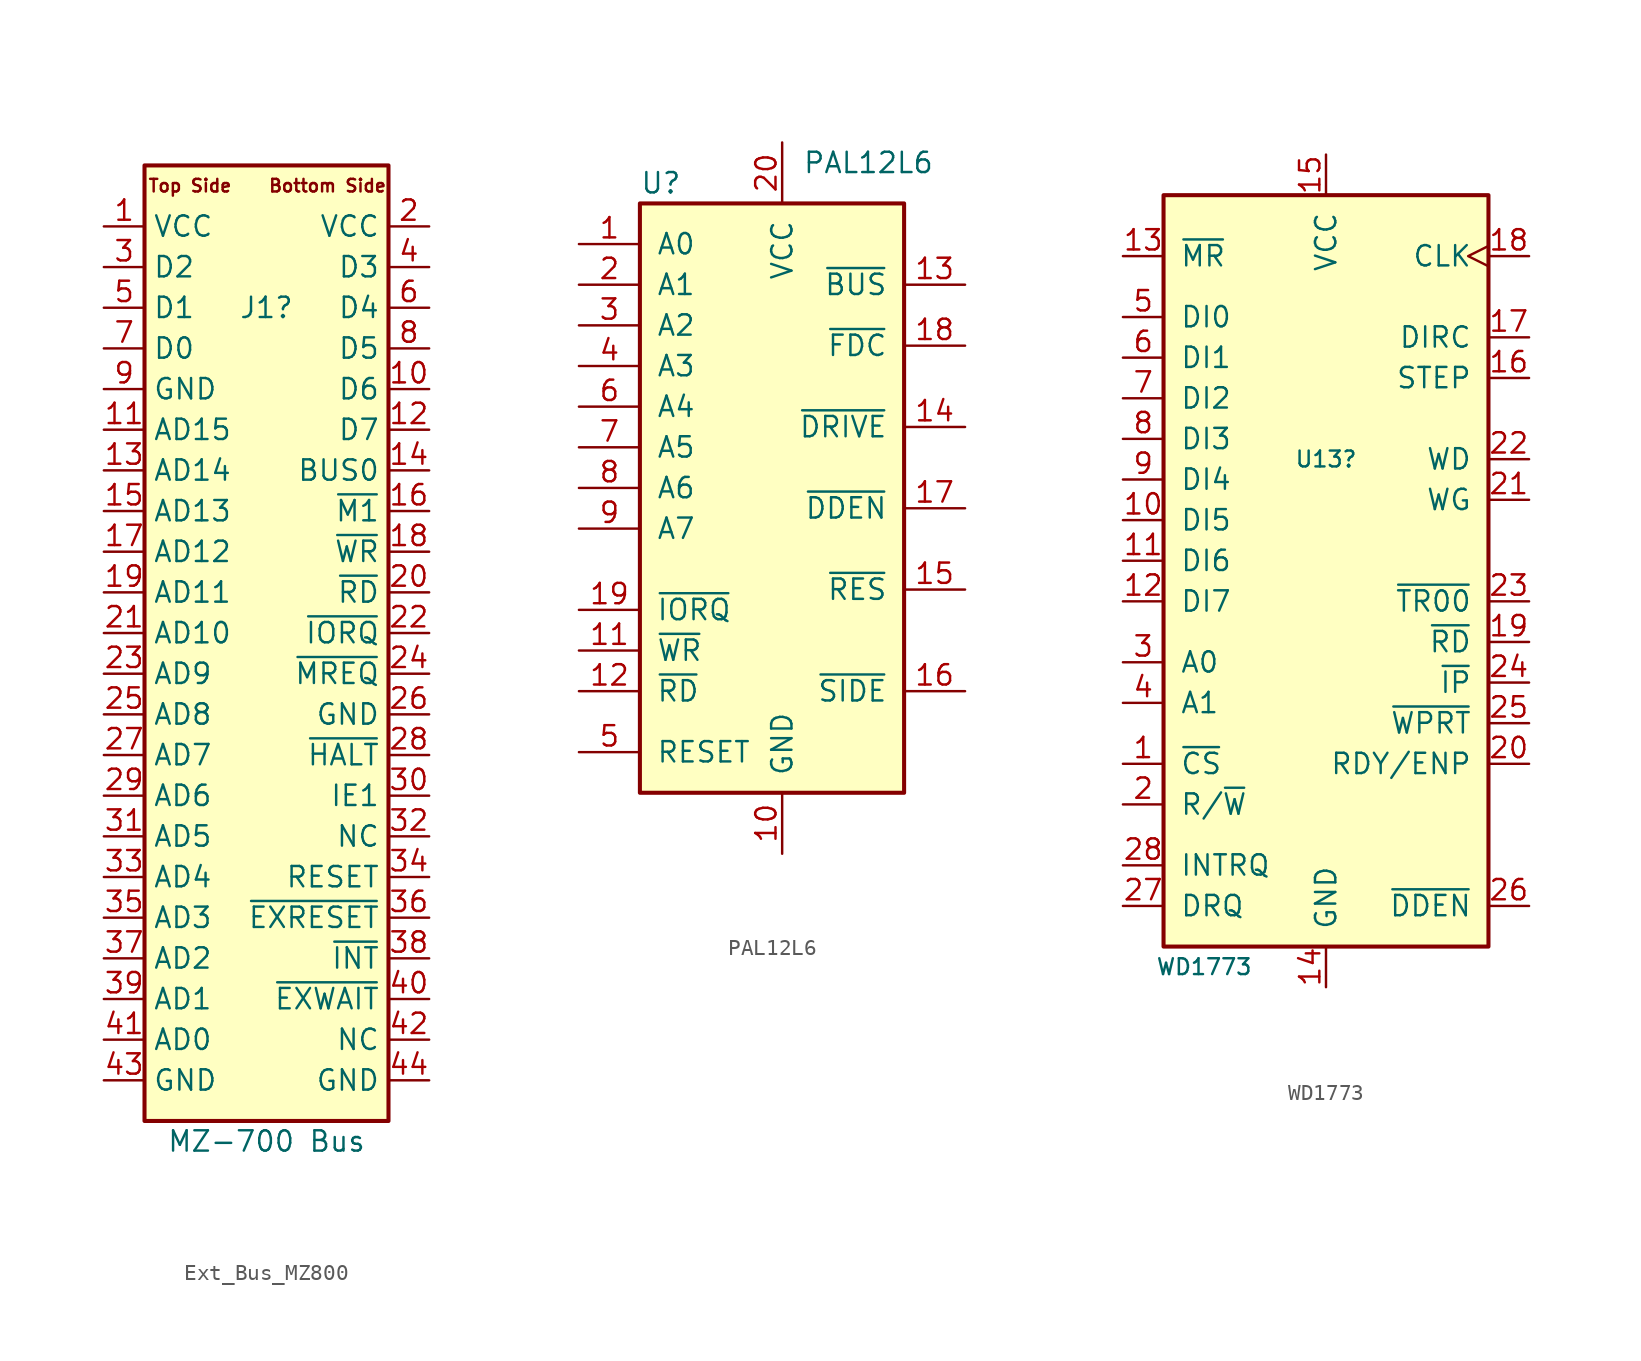
<source format=kicad_sym>
(kicad_symbol_lib
  (version 20220914)
  (generator kicad_symbol_editor)
  (symbol "Ext_Bus_MZ800"
    (property "Reference" "J1"
      (at 0 21.59 0)
      (effects (font (size 1.27 1.27))))
    (property "Value" "MZ-700 Bus"
      (at 0 -30.48 0)
      (effects (font (size 1.27 1.27))))
    (symbol "Ext_Bus_MZ800_0_0"
      (text " Top Side" (at -5.08 29.21 0) (effects (font (size 0.787 0.787))))
      (text "Bottom Side" (at 3.81 29.21 0) (effects (font (size 0.787 0.787)))))
    (symbol "Ext_Bus_MZ800_0_1"
      (rectangle (start -7.62 -29.21) (end 7.62 30.48) (stroke (width 0.254) (type default)) (fill (type background))))
    (symbol "Ext_Bus_MZ800_1_1"
      (pin power_in line (at -10.16 26.67 0) (length 2.54) (name "VCC" (effects (font (size 1.27 1.27)))) (number "1" (effects (font (size 1.27 1.27)))))
      (pin tri_state line (at 10.16 16.51 180) (length 2.54) (name "D6" (effects (font (size 1.27 1.27)))) (number "10" (effects (font (size 1.27 1.27)))))
      (pin tri_state line (at -10.16 13.97 0) (length 2.54) (name "AD15" (effects (font (size 1.27 1.27)))) (number "11" (effects (font (size 1.27 1.27)))))
      (pin tri_state line (at 10.16 13.97 180) (length 2.54) (name "D7" (effects (font (size 1.27 1.27)))) (number "12" (effects (font (size 1.27 1.27)))))
      (pin tri_state line (at -10.16 11.43 0) (length 2.54) (name "AD14" (effects (font (size 1.27 1.27)))) (number "13" (effects (font (size 1.27 1.27)))))
      (pin tri_state line (at 10.16 11.43 180) (length 2.54) (name "BUS0" (effects (font (size 1.27 1.27)))) (number "14" (effects (font (size 1.27 1.27)))))
      (pin tri_state line (at -10.16 8.89 0) (length 2.54) (name "AD13" (effects (font (size 1.27 1.27)))) (number "15" (effects (font (size 1.27 1.27)))))
      (pin tri_state line (at 10.16 8.89 180) (length 2.54) (name "~{M1}" (effects (font (size 1.27 1.27)))) (number "16" (effects (font (size 1.27 1.27)))))
      (pin tri_state line (at -10.16 6.35 0) (length 2.54) (name "AD12" (effects (font (size 1.27 1.27)))) (number "17" (effects (font (size 1.27 1.27)))))
      (pin tri_state line (at 10.16 6.35 180) (length 2.54) (name "~{WR}" (effects (font (size 1.27 1.27)))) (number "18" (effects (font (size 1.27 1.27)))))
      (pin tri_state line (at -10.16 3.81 0) (length 2.54) (name "AD11" (effects (font (size 1.27 1.27)))) (number "19" (effects (font (size 1.27 1.27)))))
      (pin power_in line (at 10.16 26.67 180) (length 2.54) (name "VCC" (effects (font (size 1.27 1.27)))) (number "2" (effects (font (size 1.27 1.27)))))
      (pin tri_state line (at 10.16 3.81 180) (length 2.54) (name "~{RD}" (effects (font (size 1.27 1.27)))) (number "20" (effects (font (size 1.27 1.27)))))
      (pin tri_state line (at -10.16 1.27 0) (length 2.54) (name "AD10" (effects (font (size 1.27 1.27)))) (number "21" (effects (font (size 1.27 1.27)))))
      (pin tri_state line (at 10.16 1.27 180) (length 2.54) (name "~{IORQ}" (effects (font (size 1.27 1.27)))) (number "22" (effects (font (size 1.27 1.27)))))
      (pin tri_state line (at -10.16 -1.27 0) (length 2.54) (name "AD9" (effects (font (size 1.27 1.27)))) (number "23" (effects (font (size 1.27 1.27)))))
      (pin tri_state line (at 10.16 -1.27 180) (length 2.54) (name "~{MREQ}" (effects (font (size 1.27 1.27)))) (number "24" (effects (font (size 1.27 1.27)))))
      (pin tri_state line (at -10.16 -3.81 0) (length 2.54) (name "AD8" (effects (font (size 1.27 1.27)))) (number "25" (effects (font (size 1.27 1.27)))))
      (pin power_in line (at 10.16 -3.81 180) (length 2.54) (name "GND" (effects (font (size 1.27 1.27)))) (number "26" (effects (font (size 1.27 1.27)))))
      (pin tri_state line (at -10.16 -6.35 0) (length 2.54) (name "AD7" (effects (font (size 1.27 1.27)))) (number "27" (effects (font (size 1.27 1.27)))))
      (pin tri_state line (at 10.16 -6.35 180) (length 2.54) (name "~{HALT}" (effects (font (size 1.27 1.27)))) (number "28" (effects (font (size 1.27 1.27)))))
      (pin tri_state line (at -10.16 -8.89 0) (length 2.54) (name "AD6" (effects (font (size 1.27 1.27)))) (number "29" (effects (font (size 1.27 1.27)))))
      (pin tri_state line (at -10.16 24.13 0) (length 2.54) (name "D2" (effects (font (size 1.27 1.27)))) (number "3" (effects (font (size 1.27 1.27)))))
      (pin tri_state line (at 10.16 -8.89 180) (length 2.54) (name "IE1" (effects (font (size 1.27 1.27)))) (number "30" (effects (font (size 1.27 1.27)))))
      (pin tri_state line (at -10.16 -11.43 0) (length 2.54) (name "AD5" (effects (font (size 1.27 1.27)))) (number "31" (effects (font (size 1.27 1.27)))))
      (pin tri_state line (at 10.16 -11.43 180) (length 2.54) (name "NC" (effects (font (size 1.27 1.27)))) (number "32" (effects (font (size 1.27 1.27)))))
      (pin tri_state line (at -10.16 -13.97 0) (length 2.54) (name "AD4" (effects (font (size 1.27 1.27)))) (number "33" (effects (font (size 1.27 1.27)))))
      (pin tri_state line (at 10.16 -13.97 180) (length 2.54) (name "RESET" (effects (font (size 1.27 1.27)))) (number "34" (effects (font (size 1.27 1.27)))))
      (pin tri_state line (at -10.16 -16.51 0) (length 2.54) (name "AD3" (effects (font (size 1.27 1.27)))) (number "35" (effects (font (size 1.27 1.27)))))
      (pin tri_state line (at 10.16 -16.51 180) (length 2.54) (name "~{EXRESET}" (effects (font (size 1.27 1.27)))) (number "36" (effects (font (size 1.27 1.27)))))
      (pin tri_state line (at -10.16 -19.05 0) (length 2.54) (name "AD2" (effects (font (size 1.27 1.27)))) (number "37" (effects (font (size 1.27 1.27)))))
      (pin tri_state line (at 10.16 -19.05 180) (length 2.54) (name "~{INT}" (effects (font (size 1.27 1.27)))) (number "38" (effects (font (size 1.27 1.27)))))
      (pin tri_state line (at -10.16 -21.59 0) (length 2.54) (name "AD1" (effects (font (size 1.27 1.27)))) (number "39" (effects (font (size 1.27 1.27)))))
      (pin tri_state line (at 10.16 24.13 180) (length 2.54) (name "D3" (effects (font (size 1.27 1.27)))) (number "4" (effects (font (size 1.27 1.27)))))
      (pin tri_state line (at 10.16 -21.59 180) (length 2.54) (name "~{EXWAIT}" (effects (font (size 1.27 1.27)))) (number "40" (effects (font (size 1.27 1.27)))))
      (pin tri_state line (at -10.16 -24.13 0) (length 2.54) (name "AD0" (effects (font (size 1.27 1.27)))) (number "41" (effects (font (size 1.27 1.27)))))
      (pin tri_state line (at 10.16 -24.13 180) (length 2.54) (name "NC" (effects (font (size 1.27 1.27)))) (number "42" (effects (font (size 1.27 1.27)))))
      (pin power_in line (at -10.16 -26.67 0) (length 2.54) (name "GND" (effects (font (size 1.27 1.27)))) (number "43" (effects (font (size 1.27 1.27)))))
      (pin power_in line (at 10.16 -26.67 180) (length 2.54) (name "GND" (effects (font (size 1.27 1.27)))) (number "44" (effects (font (size 1.27 1.27)))))
      (pin tri_state line (at -10.16 21.59 0) (length 2.54) (name "D1" (effects (font (size 1.27 1.27)))) (number "5" (effects (font (size 1.27 1.27)))))
      (pin tri_state line (at 10.16 21.59 180) (length 2.54) (name "D4" (effects (font (size 1.27 1.27)))) (number "6" (effects (font (size 1.27 1.27)))))
      (pin tri_state line (at -10.16 19.05 0) (length 2.54) (name "D0" (effects (font (size 1.27 1.27)))) (number "7" (effects (font (size 1.27 1.27)))))
      (pin tri_state line (at 10.16 19.05 180) (length 2.54) (name "D5" (effects (font (size 1.27 1.27)))) (number "8" (effects (font (size 1.27 1.27)))))
      (pin power_in line (at -10.16 16.51 0) (length 2.54) (name "GND" (effects (font (size 1.27 1.27)))) (number "9" (effects (font (size 1.27 1.27)))))))
  (symbol "PAL12L6"
    (pin_names
      (offset 1.016))
    (property "Reference" "U"
      (at -8.89 16.51 0)
      (effects (font (size 1.27 1.27)) (justify left)))
    (property "Value" "PAL12L6"
      (at 1.27 17.78 0)
      (effects (font (size 1.27 1.27)) (justify left)))
    (symbol "PAL12L6_0_0"
      (pin power_in line (at 0 -25.4 90) (length 3.81) (name "GND" (effects (font (size 1.27 1.27)))) (number "10" (effects (font (size 1.27 1.27)))))
      (pin power_in line (at 0 19.05 270) (length 3.81) (name "VCC" (effects (font (size 1.27 1.27)))) (number "20" (effects (font (size 1.27 1.27))))))
    (symbol "PAL12L6_0_1"
      (rectangle (start -8.89 15.24) (end 7.62 -21.59) (stroke (width 0.254) (type default)) (fill (type background))))
    (symbol "PAL12L6_1_1"
      (pin input line (at -12.7 12.7 0) (length 3.81) (name "A0" (effects (font (size 1.27 1.27)))) (number "1" (effects (font (size 1.27 1.27)))))
      (pin input line (at -12.7 -12.7 0) (length 3.81) (name "~{WR}" (effects (font (size 1.27 1.27)))) (number "11" (effects (font (size 1.27 1.27)))))
      (pin input line (at -12.7 -15.24 0) (length 3.81) (name "~{RD}" (effects (font (size 1.27 1.27)))) (number "12" (effects (font (size 1.27 1.27)))))
      (pin output line (at 11.43 10.16 180) (length 3.81) (name "~{BUS}" (effects (font (size 1.27 1.27)))) (number "13" (effects (font (size 1.27 1.27)))))
      (pin output line (at 11.43 1.27 180) (length 3.81) (name "~{DRIVE}" (effects (font (size 1.27 1.27)))) (number "14" (effects (font (size 1.27 1.27)))))
      (pin output line (at 11.43 -8.89 180) (length 3.81) (name "~{RES}" (effects (font (size 1.27 1.27)))) (number "15" (effects (font (size 1.27 1.27)))))
      (pin output line (at 11.43 -15.24 180) (length 3.81) (name "~{SIDE}" (effects (font (size 1.27 1.27)))) (number "16" (effects (font (size 1.27 1.27)))))
      (pin output line (at 11.43 -3.81 180) (length 3.81) (name "~{DDEN}" (effects (font (size 1.27 1.27)))) (number "17" (effects (font (size 1.27 1.27)))))
      (pin output line (at 11.43 6.35 180) (length 3.81) (name "~{FDC}" (effects (font (size 1.27 1.27)))) (number "18" (effects (font (size 1.27 1.27)))))
      (pin input line (at -12.7 -10.16 0) (length 3.81) (name "~{IORQ}" (effects (font (size 1.27 1.27)))) (number "19" (effects (font (size 1.27 1.27)))))
      (pin input line (at -12.7 10.16 0) (length 3.81) (name "A1" (effects (font (size 1.27 1.27)))) (number "2" (effects (font (size 1.27 1.27)))))
      (pin input line (at -12.7 7.62 0) (length 3.81) (name "A2" (effects (font (size 1.27 1.27)))) (number "3" (effects (font (size 1.27 1.27)))))
      (pin input line (at -12.7 5.08 0) (length 3.81) (name "A3" (effects (font (size 1.27 1.27)))) (number "4" (effects (font (size 1.27 1.27)))))
      (pin input line (at -12.7 -19.05 0) (length 3.81) (name "RESET" (effects (font (size 1.27 1.27)))) (number "5" (effects (font (size 1.27 1.27)))))
      (pin input line (at -12.7 2.54 0) (length 3.81) (name "A4" (effects (font (size 1.27 1.27)))) (number "6" (effects (font (size 1.27 1.27)))))
      (pin input line (at -12.7 0 0) (length 3.81) (name "A5" (effects (font (size 1.27 1.27)))) (number "7" (effects (font (size 1.27 1.27)))))
      (pin input line (at -12.7 -2.54 0) (length 3.81) (name "A6" (effects (font (size 1.27 1.27)))) (number "8" (effects (font (size 1.27 1.27)))))
      (pin input line (at -12.7 -5.08 0) (length 3.81) (name "A7" (effects (font (size 1.27 1.27)))) (number "9" (effects (font (size 1.27 1.27)))))))
  (symbol "WD1773"
    (pin_names
      (offset 1.016))
    (property "Reference" "U13"
      (at 0 5.08 0)
      (effects (font (size 0.991 0.991))))
    (property "Value" "WD1773"
      (at -7.62 -26.67 0)
      (effects (font (size 0.991 0.991))))
    (symbol "WD1773_0_1"
      (rectangle (start -10.16 21.59) (end 10.16 -25.4) (stroke (width 0.254) (type default)) (fill (type background))))
    (symbol "WD1773_1_1"
      (pin input line (at -12.7 -13.97 0) (length 2.54) (name "~{CS}" (effects (font (size 1.27 1.27)))) (number "1" (effects (font (size 1.27 1.27)))))
      (pin tri_state line (at -12.7 1.27 0) (length 2.54) (name "DI5" (effects (font (size 1.27 1.27)))) (number "10" (effects (font (size 1.27 1.27)))))
      (pin tri_state line (at -12.7 -1.27 0) (length 2.54) (name "DI6" (effects (font (size 1.27 1.27)))) (number "11" (effects (font (size 1.27 1.27)))))
      (pin tri_state line (at -12.7 -3.81 0) (length 2.54) (name "DI7" (effects (font (size 1.27 1.27)))) (number "12" (effects (font (size 1.27 1.27)))))
      (pin input line (at -12.7 17.78 0) (length 2.54) (name "~{MR}" (effects (font (size 1.27 1.27)))) (number "13" (effects (font (size 1.27 1.27)))))
      (pin power_in line (at 0 -27.94 90) (length 2.54) (name "GND" (effects (font (size 1.27 1.27)))) (number "14" (effects (font (size 1.27 1.27)))))
      (pin power_in line (at 0 24.13 270) (length 2.54) (name "VCC" (effects (font (size 1.27 1.27)))) (number "15" (effects (font (size 1.27 1.27)))))
      (pin output line (at 12.7 10.16 180) (length 2.54) (name "STEP" (effects (font (size 1.27 1.27)))) (number "16" (effects (font (size 1.27 1.27)))))
      (pin output line (at 12.7 12.7 180) (length 2.54) (name "DIRC" (effects (font (size 1.27 1.27)))) (number "17" (effects (font (size 1.27 1.27)))))
      (pin input clock (at 12.7 17.78 180) (length 2.54) (name "CLK" (effects (font (size 1.27 1.27)))) (number "18" (effects (font (size 1.27 1.27)))))
      (pin input line (at 12.7 -6.35 180) (length 2.54) (name "~{RD}" (effects (font (size 1.27 1.27)))) (number "19" (effects (font (size 1.27 1.27)))))
      (pin input line (at -12.7 -16.51 0) (length 2.54) (name "R/~{W}" (effects (font (size 1.27 1.27)))) (number "2" (effects (font (size 1.27 1.27)))))
      (pin input line (at 12.7 -13.97 180) (length 2.54) (name "RDY/ENP" (effects (font (size 1.27 1.27)))) (number "20" (effects (font (size 1.27 1.27)))))
      (pin output line (at 12.7 2.54 180) (length 2.54) (name "WG" (effects (font (size 1.27 1.27)))) (number "21" (effects (font (size 1.27 1.27)))))
      (pin output line (at 12.7 5.08 180) (length 2.54) (name "WD" (effects (font (size 1.27 1.27)))) (number "22" (effects (font (size 1.27 1.27)))))
      (pin input line (at 12.7 -3.81 180) (length 2.54) (name "~{TR00}" (effects (font (size 1.27 1.27)))) (number "23" (effects (font (size 1.27 1.27)))))
      (pin input line (at 12.7 -8.89 180) (length 2.54) (name "~{IP}" (effects (font (size 1.27 1.27)))) (number "24" (effects (font (size 1.27 1.27)))))
      (pin input line (at 12.7 -11.43 180) (length 2.54) (name "~{WPRT}" (effects (font (size 1.27 1.27)))) (number "25" (effects (font (size 1.27 1.27)))))
      (pin input line (at 12.7 -22.86 180) (length 2.54) (name "~{DDEN}" (effects (font (size 1.27 1.27)))) (number "26" (effects (font (size 1.27 1.27)))))
      (pin output line (at -12.7 -22.86 0) (length 2.54) (name "DRQ" (effects (font (size 1.27 1.27)))) (number "27" (effects (font (size 1.27 1.27)))))
      (pin output line (at -12.7 -20.32 0) (length 2.54) (name "INTRQ" (effects (font (size 1.27 1.27)))) (number "28" (effects (font (size 1.27 1.27)))))
      (pin input line (at -12.7 -7.62 0) (length 2.54) (name "A0" (effects (font (size 1.27 1.27)))) (number "3" (effects (font (size 1.27 1.27)))))
      (pin input line (at -12.7 -10.16 0) (length 2.54) (name "A1" (effects (font (size 1.27 1.27)))) (number "4" (effects (font (size 1.27 1.27)))))
      (pin tri_state line (at -12.7 13.97 0) (length 2.54) (name "DI0" (effects (font (size 1.27 1.27)))) (number "5" (effects (font (size 1.27 1.27)))))
      (pin tri_state line (at -12.7 11.43 0) (length 2.54) (name "DI1" (effects (font (size 1.27 1.27)))) (number "6" (effects (font (size 1.27 1.27)))))
      (pin tri_state line (at -12.7 8.89 0) (length 2.54) (name "DI2" (effects (font (size 1.27 1.27)))) (number "7" (effects (font (size 1.27 1.27)))))
      (pin tri_state line (at -12.7 6.35 0) (length 2.54) (name "DI3" (effects (font (size 1.27 1.27)))) (number "8" (effects (font (size 1.27 1.27)))))
      (pin tri_state line (at -12.7 3.81 0) (length 2.54) (name "DI4" (effects (font (size 1.27 1.27)))) (number "9" (effects (font (size 1.27 1.27))))))))
</source>
